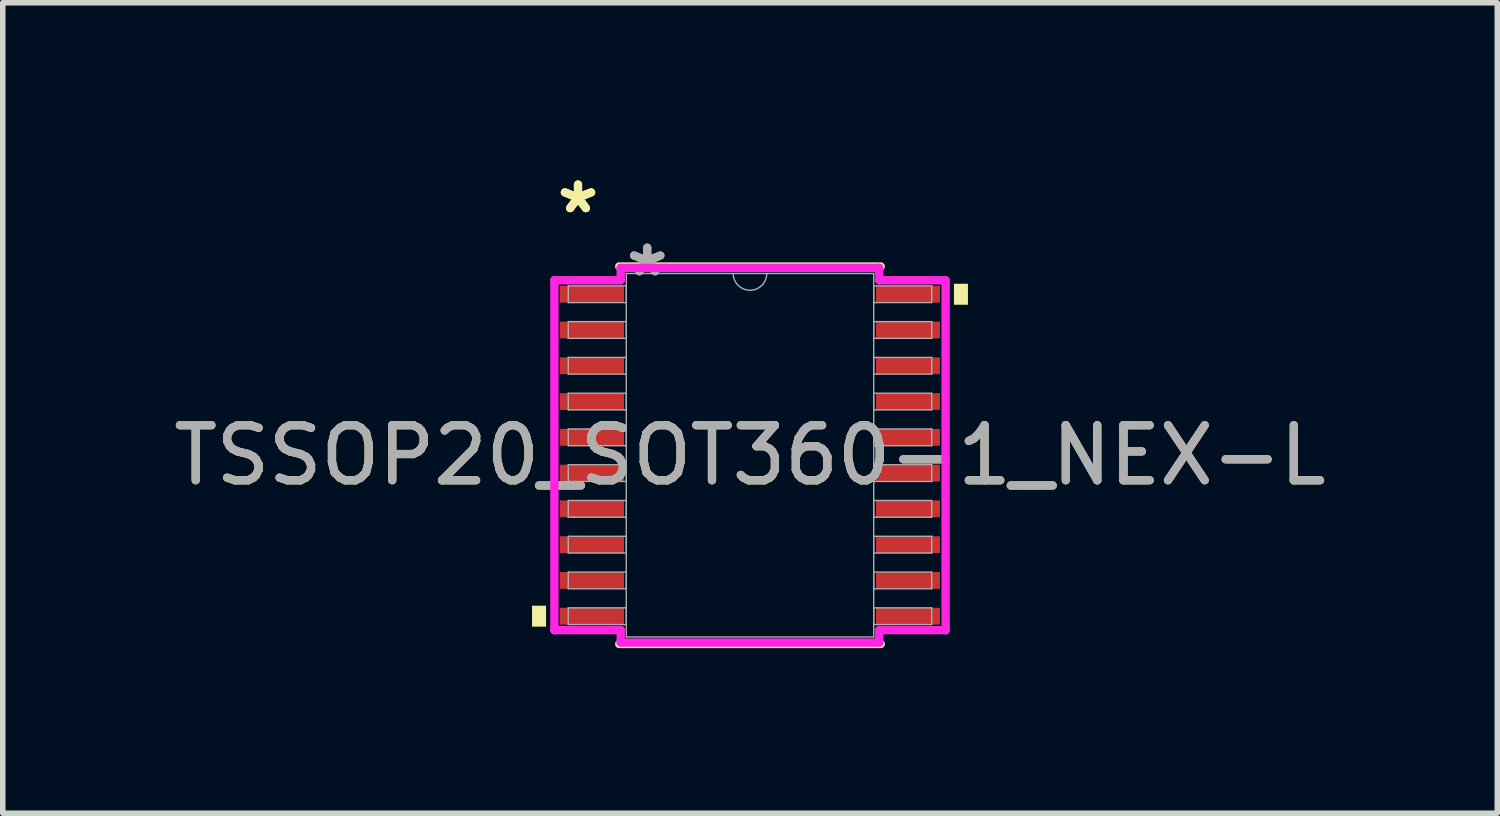
<source format=kicad_pcb>
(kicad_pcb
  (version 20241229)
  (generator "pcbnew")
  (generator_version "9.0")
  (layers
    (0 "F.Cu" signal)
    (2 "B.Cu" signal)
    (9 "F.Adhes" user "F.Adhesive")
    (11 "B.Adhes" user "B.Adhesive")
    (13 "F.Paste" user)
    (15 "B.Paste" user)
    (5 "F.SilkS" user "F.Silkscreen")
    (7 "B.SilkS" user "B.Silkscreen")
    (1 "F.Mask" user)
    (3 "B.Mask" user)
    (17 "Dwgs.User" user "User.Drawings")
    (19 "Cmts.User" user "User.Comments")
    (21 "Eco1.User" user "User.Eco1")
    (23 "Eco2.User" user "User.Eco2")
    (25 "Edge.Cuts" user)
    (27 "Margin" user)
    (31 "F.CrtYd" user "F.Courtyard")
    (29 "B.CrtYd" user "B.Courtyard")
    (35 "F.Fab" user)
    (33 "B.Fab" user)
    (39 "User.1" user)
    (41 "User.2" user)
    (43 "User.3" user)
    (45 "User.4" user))
  (footprint "TSSOP20_SOT360-1_NEX-L"
    (layer "F.Cu")
    (at 10.577 5.221)
    (property "Reference" "TSSOP20_SOT360-1_NEX-L" (at 0 0 0) (unlocked yes) (layer "F.SilkS") (effects (font (size 1 1) (thickness 0.15))))
    (attr smd)
    (fp_line (start -2.375 3.429) (end 2.375 3.429) (stroke (width 0.152) (type solid)) (layer "F.SilkS"))
    (fp_line (start 2.375 -3.429) (end -2.375 -3.429) (stroke (width 0.152) (type solid)) (layer "F.SilkS"))
    (fp_poly (pts (xy -3.96 2.734) (xy -3.96 3.115) (xy -3.706 3.115) (xy -3.706 2.734)) (stroke (width 0) (type solid)) (fill yes) (layer "F.SilkS"))
    (fp_poly (pts (xy 3.96 -3.115) (xy 3.96 -2.734) (xy 3.706 -2.734) (xy 3.706 -3.115)) (stroke (width 0) (type solid)) (fill yes) (layer "F.SilkS"))
    (fp_line (start -3.554 -3.179) (end -2.349 -3.179) (stroke (width 0.152) (type solid)) (layer "F.CrtYd"))
    (fp_line (start -3.554 3.179) (end -3.554 -3.179) (stroke (width 0.152) (type solid)) (layer "F.CrtYd"))
    (fp_line (start -3.554 3.179) (end -2.349 3.179) (stroke (width 0.152) (type solid)) (layer "F.CrtYd"))
    (fp_line (start -2.349 -3.404) (end 2.349 -3.404) (stroke (width 0.152) (type solid)) (layer "F.CrtYd"))
    (fp_line (start -2.349 -3.179) (end -2.349 -3.404) (stroke (width 0.152) (type solid)) (layer "F.CrtYd"))
    (fp_line (start -2.349 3.404) (end -2.349 3.179) (stroke (width 0.152) (type solid)) (layer "F.CrtYd"))
    (fp_line (start 2.349 -3.404) (end 2.349 -3.179) (stroke (width 0.152) (type solid)) (layer "F.CrtYd"))
    (fp_line (start 2.349 3.179) (end 2.349 3.404) (stroke (width 0.152) (type solid)) (layer "F.CrtYd"))
    (fp_line (start 2.349 3.404) (end -2.349 3.404) (stroke (width 0.152) (type solid)) (layer "F.CrtYd"))
    (fp_line (start 3.554 -3.179) (end 2.349 -3.179) (stroke (width 0.152) (type solid)) (layer "F.CrtYd"))
    (fp_line (start 3.554 -3.179) (end 3.554 3.179) (stroke (width 0.152) (type solid)) (layer "F.CrtYd"))
    (fp_line (start 3.554 3.179) (end 2.349 3.179) (stroke (width 0.152) (type solid)) (layer "F.CrtYd"))
    (fp_line (start -3.302 -3.077) (end -3.302 -2.773) (stroke (width 0.025) (type solid)) (layer "F.Fab"))
    (fp_line (start -3.302 -2.773) (end -2.248 -2.773) (stroke (width 0.025) (type solid)) (layer "F.Fab"))
    (fp_line (start -3.302 -2.427) (end -3.302 -2.123) (stroke (width 0.025) (type solid)) (layer "F.Fab"))
    (fp_line (start -3.302 -2.123) (end -2.248 -2.123) (stroke (width 0.025) (type solid)) (layer "F.Fab"))
    (fp_line (start -3.302 -1.777) (end -3.302 -1.473) (stroke (width 0.025) (type solid)) (layer "F.Fab"))
    (fp_line (start -3.302 -1.473) (end -2.248 -1.473) (stroke (width 0.025) (type solid)) (layer "F.Fab"))
    (fp_line (start -3.302 -1.127) (end -3.302 -0.823) (stroke (width 0.025) (type solid)) (layer "F.Fab"))
    (fp_line (start -3.302 -0.823) (end -2.248 -0.823) (stroke (width 0.025) (type solid)) (layer "F.Fab"))
    (fp_line (start -3.302 -0.477) (end -3.302 -0.173) (stroke (width 0.025) (type solid)) (layer "F.Fab"))
    (fp_line (start -3.302 -0.173) (end -2.248 -0.173) (stroke (width 0.025) (type solid)) (layer "F.Fab"))
    (fp_line (start -3.302 0.173) (end -3.302 0.477) (stroke (width 0.025) (type solid)) (layer "F.Fab"))
    (fp_line (start -3.302 0.477) (end -2.248 0.477) (stroke (width 0.025) (type solid)) (layer "F.Fab"))
    (fp_line (start -3.302 0.823) (end -3.302 1.127) (stroke (width 0.025) (type solid)) (layer "F.Fab"))
    (fp_line (start -3.302 1.127) (end -2.248 1.127) (stroke (width 0.025) (type solid)) (layer "F.Fab"))
    (fp_line (start -3.302 1.473) (end -3.302 1.777) (stroke (width 0.025) (type solid)) (layer "F.Fab"))
    (fp_line (start -3.302 1.777) (end -2.248 1.777) (stroke (width 0.025) (type solid)) (layer "F.Fab"))
    (fp_line (start -3.302 2.123) (end -3.302 2.427) (stroke (width 0.025) (type solid)) (layer "F.Fab"))
    (fp_line (start -3.302 2.427) (end -2.248 2.427) (stroke (width 0.025) (type solid)) (layer "F.Fab"))
    (fp_line (start -3.302 2.773) (end -3.302 3.077) (stroke (width 0.025) (type solid)) (layer "F.Fab"))
    (fp_line (start -3.302 3.077) (end -2.248 3.077) (stroke (width 0.025) (type solid)) (layer "F.Fab"))
    (fp_line (start -2.248 -3.302) (end -2.248 3.302) (stroke (width 0.025) (type solid)) (layer "F.Fab"))
    (fp_line (start -2.248 -3.077) (end -3.302 -3.077) (stroke (width 0.025) (type solid)) (layer "F.Fab"))
    (fp_line (start -2.248 -2.773) (end -2.248 -3.077) (stroke (width 0.025) (type solid)) (layer "F.Fab"))
    (fp_line (start -2.248 -2.427) (end -3.302 -2.427) (stroke (width 0.025) (type solid)) (layer "F.Fab"))
    (fp_line (start -2.248 -2.123) (end -2.248 -2.427) (stroke (width 0.025) (type solid)) (layer "F.Fab"))
    (fp_line (start -2.248 -1.777) (end -3.302 -1.777) (stroke (width 0.025) (type solid)) (layer "F.Fab"))
    (fp_line (start -2.248 -1.473) (end -2.248 -1.777) (stroke (width 0.025) (type solid)) (layer "F.Fab"))
    (fp_line (start -2.248 -1.127) (end -3.302 -1.127) (stroke (width 0.025) (type solid)) (layer "F.Fab"))
    (fp_line (start -2.248 -0.823) (end -2.248 -1.127) (stroke (width 0.025) (type solid)) (layer "F.Fab"))
    (fp_line (start -2.248 -0.477) (end -3.302 -0.477) (stroke (width 0.025) (type solid)) (layer "F.Fab"))
    (fp_line (start -2.248 -0.173) (end -2.248 -0.477) (stroke (width 0.025) (type solid)) (layer "F.Fab"))
    (fp_line (start -2.248 0.173) (end -3.302 0.173) (stroke (width 0.025) (type solid)) (layer "F.Fab"))
    (fp_line (start -2.248 0.477) (end -2.248 0.173) (stroke (width 0.025) (type solid)) (layer "F.Fab"))
    (fp_line (start -2.248 0.823) (end -3.302 0.823) (stroke (width 0.025) (type solid)) (layer "F.Fab"))
    (fp_line (start -2.248 1.127) (end -2.248 0.823) (stroke (width 0.025) (type solid)) (layer "F.Fab"))
    (fp_line (start -2.248 1.473) (end -3.302 1.473) (stroke (width 0.025) (type solid)) (layer "F.Fab"))
    (fp_line (start -2.248 1.777) (end -2.248 1.473) (stroke (width 0.025) (type solid)) (layer "F.Fab"))
    (fp_line (start -2.248 2.123) (end -3.302 2.123) (stroke (width 0.025) (type solid)) (layer "F.Fab"))
    (fp_line (start -2.248 2.427) (end -2.248 2.123) (stroke (width 0.025) (type solid)) (layer "F.Fab"))
    (fp_line (start -2.248 2.773) (end -3.302 2.773) (stroke (width 0.025) (type solid)) (layer "F.Fab"))
    (fp_line (start -2.248 3.077) (end -2.248 2.773) (stroke (width 0.025) (type solid)) (layer "F.Fab"))
    (fp_line (start -2.248 3.302) (end 2.248 3.302) (stroke (width 0.025) (type solid)) (layer "F.Fab"))
    (fp_line (start 2.248 -3.302) (end -2.248 -3.302) (stroke (width 0.025) (type solid)) (layer "F.Fab"))
    (fp_line (start 2.248 -3.077) (end 2.248 -2.773) (stroke (width 0.025) (type solid)) (layer "F.Fab"))
    (fp_line (start 2.248 -2.773) (end 3.302 -2.773) (stroke (width 0.025) (type solid)) (layer "F.Fab"))
    (fp_line (start 2.248 -2.427) (end 2.248 -2.123) (stroke (width 0.025) (type solid)) (layer "F.Fab"))
    (fp_line (start 2.248 -2.123) (end 3.302 -2.123) (stroke (width 0.025) (type solid)) (layer "F.Fab"))
    (fp_line (start 2.248 -1.777) (end 2.248 -1.473) (stroke (width 0.025) (type solid)) (layer "F.Fab"))
    (fp_line (start 2.248 -1.473) (end 3.302 -1.473) (stroke (width 0.025) (type solid)) (layer "F.Fab"))
    (fp_line (start 2.248 -1.127) (end 2.248 -0.823) (stroke (width 0.025) (type solid)) (layer "F.Fab"))
    (fp_line (start 2.248 -0.823) (end 3.302 -0.823) (stroke (width 0.025) (type solid)) (layer "F.Fab"))
    (fp_line (start 2.248 -0.477) (end 2.248 -0.173) (stroke (width 0.025) (type solid)) (layer "F.Fab"))
    (fp_line (start 2.248 -0.173) (end 3.302 -0.173) (stroke (width 0.025) (type solid)) (layer "F.Fab"))
    (fp_line (start 2.248 0.173) (end 2.248 0.477) (stroke (width 0.025) (type solid)) (layer "F.Fab"))
    (fp_line (start 2.248 0.477) (end 3.302 0.477) (stroke (width 0.025) (type solid)) (layer "F.Fab"))
    (fp_line (start 2.248 0.823) (end 2.248 1.127) (stroke (width 0.025) (type solid)) (layer "F.Fab"))
    (fp_line (start 2.248 1.127) (end 3.302 1.127) (stroke (width 0.025) (type solid)) (layer "F.Fab"))
    (fp_line (start 2.248 1.473) (end 2.248 1.777) (stroke (width 0.025) (type solid)) (layer "F.Fab"))
    (fp_line (start 2.248 1.777) (end 3.302 1.777) (stroke (width 0.025) (type solid)) (layer "F.Fab"))
    (fp_line (start 2.248 2.123) (end 2.248 2.427) (stroke (width 0.025) (type solid)) (layer "F.Fab"))
    (fp_line (start 2.248 2.427) (end 3.302 2.427) (stroke (width 0.025) (type solid)) (layer "F.Fab"))
    (fp_line (start 2.248 2.773) (end 2.248 3.077) (stroke (width 0.025) (type solid)) (layer "F.Fab"))
    (fp_line (start 2.248 3.077) (end 3.302 3.077) (stroke (width 0.025) (type solid)) (layer "F.Fab"))
    (fp_line (start 2.248 3.302) (end 2.248 -3.302) (stroke (width 0.025) (type solid)) (layer "F.Fab"))
    (fp_line (start 3.302 -3.077) (end 2.248 -3.077) (stroke (width 0.025) (type solid)) (layer "F.Fab"))
    (fp_line (start 3.302 -2.773) (end 3.302 -3.077) (stroke (width 0.025) (type solid)) (layer "F.Fab"))
    (fp_line (start 3.302 -2.427) (end 2.248 -2.427) (stroke (width 0.025) (type solid)) (layer "F.Fab"))
    (fp_line (start 3.302 -2.123) (end 3.302 -2.427) (stroke (width 0.025) (type solid)) (layer "F.Fab"))
    (fp_line (start 3.302 -1.777) (end 2.248 -1.777) (stroke (width 0.025) (type solid)) (layer "F.Fab"))
    (fp_line (start 3.302 -1.473) (end 3.302 -1.777) (stroke (width 0.025) (type solid)) (layer "F.Fab"))
    (fp_line (start 3.302 -1.127) (end 2.248 -1.127) (stroke (width 0.025) (type solid)) (layer "F.Fab"))
    (fp_line (start 3.302 -0.823) (end 3.302 -1.127) (stroke (width 0.025) (type solid)) (layer "F.Fab"))
    (fp_line (start 3.302 -0.477) (end 2.248 -0.477) (stroke (width 0.025) (type solid)) (layer "F.Fab"))
    (fp_line (start 3.302 -0.173) (end 3.302 -0.477) (stroke (width 0.025) (type solid)) (layer "F.Fab"))
    (fp_line (start 3.302 0.173) (end 2.248 0.173) (stroke (width 0.025) (type solid)) (layer "F.Fab"))
    (fp_line (start 3.302 0.477) (end 3.302 0.173) (stroke (width 0.025) (type solid)) (layer "F.Fab"))
    (fp_line (start 3.302 0.823) (end 2.248 0.823) (stroke (width 0.025) (type solid)) (layer "F.Fab"))
    (fp_line (start 3.302 1.127) (end 3.302 0.823) (stroke (width 0.025) (type solid)) (layer "F.Fab"))
    (fp_line (start 3.302 1.473) (end 2.248 1.473) (stroke (width 0.025) (type solid)) (layer "F.Fab"))
    (fp_line (start 3.302 1.777) (end 3.302 1.473) (stroke (width 0.025) (type solid)) (layer "F.Fab"))
    (fp_line (start 3.302 2.123) (end 2.248 2.123) (stroke (width 0.025) (type solid)) (layer "F.Fab"))
    (fp_line (start 3.302 2.427) (end 3.302 2.123) (stroke (width 0.025) (type solid)) (layer "F.Fab"))
    (fp_line (start 3.302 2.773) (end 2.248 2.773) (stroke (width 0.025) (type solid)) (layer "F.Fab"))
    (fp_line (start 3.302 3.077) (end 3.302 2.773) (stroke (width 0.025) (type solid)) (layer "F.Fab"))
    (fp_arc (start 0.3048 -3.302) (mid 0 -2.9972) (end -0.3048 -3.302) (stroke (width 0.0254) (type solid)) (layer "F.Fab"))
    (fp_text user "*" (at -3.125 -4.373 0) (layer "F.SilkS") (effects (font (size 1 1) (thickness 0.15))))
    (fp_text user "*" (at -3.125 -4.373 0) (unlocked yes) (layer "F.SilkS") (effects (font (size 1 1) (thickness 0.15))))
    (fp_text user "*" (at -1.867 -3.226 0) (layer "F.Fab") (effects (font (size 1 1) (thickness 0.15))))
    (fp_text user "${REFERENCE}" (at 0 0 0) (unlocked yes) (layer "F.Fab") (effects (font (size 1 1) (thickness 0.15))))
    (fp_text user "*" (at -1.867 -3.226 0) (unlocked yes) (layer "F.Fab") (effects (font (size 1 1) (thickness 0.15))))
    (pad "1" smd rect (at -2.871 -2.925) (size 1.162 0.305) (layers "F.Cu" "F.Mask" "F.Paste"))
    (pad "2" smd rect (at -2.871 -2.275) (size 1.162 0.305) (layers "F.Cu" "F.Mask" "F.Paste"))
    (pad "3" smd rect (at -2.871 -1.625) (size 1.162 0.305) (layers "F.Cu" "F.Mask" "F.Paste"))
    (pad "4" smd rect (at -2.871 -0.975) (size 1.162 0.305) (layers "F.Cu" "F.Mask" "F.Paste"))
    (pad "5" smd rect (at -2.871 -0.325) (size 1.162 0.305) (layers "F.Cu" "F.Mask" "F.Paste"))
    (pad "6" smd rect (at -2.871 0.325) (size 1.162 0.305) (layers "F.Cu" "F.Mask" "F.Paste"))
    (pad "7" smd rect (at -2.871 0.975) (size 1.162 0.305) (layers "F.Cu" "F.Mask" "F.Paste"))
    (pad "8" smd rect (at -2.871 1.625) (size 1.162 0.305) (layers "F.Cu" "F.Mask" "F.Paste"))
    (pad "9" smd rect (at -2.871 2.275) (size 1.162 0.305) (layers "F.Cu" "F.Mask" "F.Paste"))
    (pad "10" smd rect (at -2.871 2.925) (size 1.162 0.305) (layers "F.Cu" "F.Mask" "F.Paste"))
    (pad "11" smd rect (at 2.871 2.925) (size 1.162 0.305) (layers "F.Cu" "F.Mask" "F.Paste"))
    (pad "12" smd rect (at 2.871 2.275) (size 1.162 0.305) (layers "F.Cu" "F.Mask" "F.Paste"))
    (pad "13" smd rect (at 2.871 1.625) (size 1.162 0.305) (layers "F.Cu" "F.Mask" "F.Paste"))
    (pad "14" smd rect (at 2.871 0.975) (size 1.162 0.305) (layers "F.Cu" "F.Mask" "F.Paste"))
    (pad "15" smd rect (at 2.871 0.325) (size 1.162 0.305) (layers "F.Cu" "F.Mask" "F.Paste"))
    (pad "16" smd rect (at 2.871 -0.325) (size 1.162 0.305) (layers "F.Cu" "F.Mask" "F.Paste"))
    (pad "17" smd rect (at 2.871 -0.975) (size 1.162 0.305) (layers "F.Cu" "F.Mask" "F.Paste"))
    (pad "18" smd rect (at 2.871 -1.625) (size 1.162 0.305) (layers "F.Cu" "F.Mask" "F.Paste"))
    (pad "19" smd rect (at 2.871 -2.275) (size 1.162 0.305) (layers "F.Cu" "F.Mask" "F.Paste"))
    (pad "20" smd rect (at 2.871 -2.925) (size 1.162 0.305) (layers "F.Cu" "F.Mask" "F.Paste")))
  (gr_rect
    (start -3 -3)
    (end 24.155 11.726)
    (stroke (width 0.1) (type default))
    (fill no)
    (layer "Edge.Cuts")))
</source>
